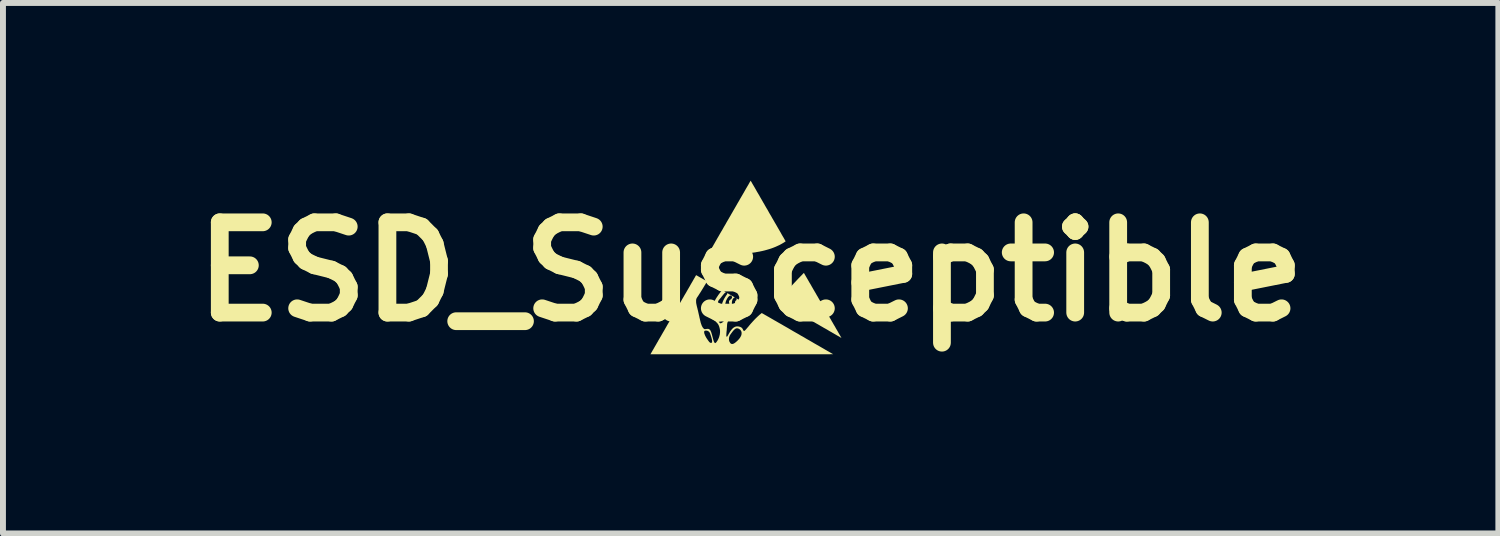
<source format=kicad_pcb>
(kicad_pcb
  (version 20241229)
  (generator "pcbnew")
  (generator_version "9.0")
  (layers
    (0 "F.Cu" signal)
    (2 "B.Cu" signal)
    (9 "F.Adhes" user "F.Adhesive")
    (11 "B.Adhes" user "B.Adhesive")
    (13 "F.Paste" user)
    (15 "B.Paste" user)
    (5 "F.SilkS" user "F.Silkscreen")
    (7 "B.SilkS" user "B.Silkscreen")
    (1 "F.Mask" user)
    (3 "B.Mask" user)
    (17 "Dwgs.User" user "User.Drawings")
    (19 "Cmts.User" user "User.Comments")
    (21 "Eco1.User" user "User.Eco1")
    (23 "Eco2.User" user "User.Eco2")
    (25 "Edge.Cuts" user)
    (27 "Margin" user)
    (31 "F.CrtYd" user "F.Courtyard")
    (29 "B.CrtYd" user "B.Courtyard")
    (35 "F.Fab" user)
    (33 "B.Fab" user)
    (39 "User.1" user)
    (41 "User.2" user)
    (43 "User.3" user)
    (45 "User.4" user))
  (footprint "ESD_Susceptible"
    (layer "F.Cu")
    (at 9.623 1.538)
    (property "Reference" "ESD_Susceptible" (at 0 0 0) (layer "F.SilkS") (effects (font (size 1.524 1.524) (thickness 0.3))))
    (attr board_only exclude_from_pos_files exclude_from_bom)
    (fp_poly (pts (xy 0.9 0.021) (xy 0.901 0.023) (xy 0.903 0.026) (xy 0.906 0.032) (xy 0.91 0.038) (xy 0.914 0.046) (xy 0.919 0.055) (xy 0.925 0.065) (xy 0.932 0.077) (xy 0.939 0.089) (xy 0.947 0.103) (xy 0.956 0.118) (xy 0.965 0.134) (xy 0.975 0.151) (xy 0.985 0.169) (xy 0.996 0.188) (xy 1.008 0.207) (xy 1.02 0.228) (xy 1.032 0.25) (xy 1.045 0.272) (xy 1.058 0.295) (xy 1.072 0.319) (xy 1.086 0.343) (xy 1.101 0.368) (xy 1.115 0.394) (xy 1.131 0.42) (xy 1.146 0.447) (xy 1.162 0.474) (xy 1.178 0.502) (xy 1.194 0.53) (xy 1.211 0.559) (xy 1.216 0.568) (xy 1.233 0.597) (xy 1.249 0.625) (xy 1.265 0.653) (xy 1.281 0.681) (xy 1.297 0.708) (xy 1.312 0.734) (xy 1.327 0.76) (xy 1.341 0.785) (xy 1.356 0.81) (xy 1.369 0.834) (xy 1.383 0.857) (xy 1.396 0.88) (xy 1.408 0.901) (xy 1.421 0.922) (xy 1.432 0.942) (xy 1.443 0.962) (xy 1.454 0.98) (xy 1.464 0.997) (xy 1.473 1.013) (xy 1.482 1.029) (xy 1.49 1.043) (xy 1.498 1.056) (xy 1.504 1.068) (xy 1.511 1.078) (xy 1.516 1.088) (xy 1.521 1.096) (xy 1.525 1.103) (xy 1.528 1.109) (xy 1.53 1.113) (xy 1.532 1.115) (xy 1.533 1.117) (xy 1.533 1.117) (xy 1.533 1.117) (xy 1.533 1.117) (xy 1.532 1.117) (xy 1.53 1.116) (xy 1.526 1.114) (xy 1.521 1.111) (xy 1.515 1.107) (xy 1.507 1.103) (xy 1.498 1.097) (xy 1.488 1.091) (xy 1.476 1.085) (xy 1.464 1.078) (xy 1.45 1.07) (xy 1.435 1.061) (xy 1.419 1.052) (xy 1.402 1.042) (xy 1.384 1.032) (xy 1.366 1.021) (xy 1.346 1.01) (xy 1.325 0.998) (xy 1.304 0.985) (xy 1.282 0.972) (xy 1.259 0.959) (xy 1.235 0.946) (xy 1.21 0.931) (xy 1.185 0.917) (xy 1.16 0.902) (xy 1.134 0.887) (xy 1.107 0.872) (xy 1.08 0.856) (xy 1.052 0.84) (xy 1.024 0.824) (xy 0.995 0.807) (xy 0.991 0.805) (xy 0.962 0.788) (xy 0.934 0.772) (xy 0.906 0.756) (xy 0.879 0.74) (xy 0.852 0.725) (xy 0.826 0.709) (xy 0.8 0.695) (xy 0.775 0.68) (xy 0.751 0.666) (xy 0.727 0.652) (xy 0.704 0.639) (xy 0.681 0.626) (xy 0.66 0.613) (xy 0.639 0.601) (xy 0.619 0.59) (xy 0.6 0.579) (xy 0.582 0.569) (xy 0.565 0.559) (xy 0.549 0.549) (xy 0.534 0.541) (xy 0.52 0.533) (xy 0.507 0.525) (xy 0.496 0.519) (xy 0.485 0.512) (xy 0.476 0.507) (xy 0.468 0.503) (xy 0.461 0.499) (xy 0.456 0.496) (xy 0.452 0.493) (xy 0.45 0.492) (xy 0.449 0.491) (xy 0.449 0.491) (xy 0.449 0.491) (xy 0.451 0.489) (xy 0.454 0.486) (xy 0.457 0.483) (xy 0.462 0.479) (xy 0.466 0.474) (xy 0.472 0.469) (xy 0.472 0.468) (xy 0.479 0.461) (xy 0.486 0.454) (xy 0.494 0.447) (xy 0.501 0.44) (xy 0.509 0.432) (xy 0.517 0.423) (xy 0.526 0.414) (xy 0.535 0.405) (xy 0.545 0.395) (xy 0.555 0.384) (xy 0.566 0.372) (xy 0.578 0.359) (xy 0.591 0.345) (xy 0.605 0.331) (xy 0.619 0.315) (xy 0.635 0.298) (xy 0.64 0.292) (xy 0.654 0.277) (xy 0.666 0.264) (xy 0.678 0.251) (xy 0.689 0.24) (xy 0.699 0.229) (xy 0.708 0.218) (xy 0.717 0.209) (xy 0.726 0.199) (xy 0.734 0.19) (xy 0.743 0.181) (xy 0.751 0.173) (xy 0.759 0.164) (xy 0.766 0.157) (xy 0.775 0.147) (xy 0.785 0.136) (xy 0.795 0.126) (xy 0.805 0.115) (xy 0.815 0.105) (xy 0.825 0.095) (xy 0.834 0.085) (xy 0.843 0.076) (xy 0.852 0.067) (xy 0.86 0.059) (xy 0.868 0.051) (xy 0.874 0.044) (xy 0.881 0.037) (xy 0.886 0.032) (xy 0.891 0.027) (xy 0.894 0.024) (xy 0.897 0.021) (xy 0.899 0.02) (xy 0.899 0.02)) (stroke (width 0) (type solid)) (fill yes) (layer "F.SilkS"))
    (fp_poly (pts (xy 0.000264 -1.537) (xy 0.002 -1.535) (xy 0.004 -1.531) (xy 0.007 -1.526) (xy 0.01 -1.52) (xy 0.015 -1.512) (xy 0.02 -1.504) (xy 0.025 -1.494) (xy 0.032 -1.482) (xy 0.039 -1.47) (xy 0.047 -1.457) (xy 0.055 -1.443) (xy 0.064 -1.428) (xy 0.073 -1.412) (xy 0.083 -1.395) (xy 0.093 -1.377) (xy 0.103 -1.359) (xy 0.114 -1.34) (xy 0.126 -1.32) (xy 0.138 -1.3) (xy 0.15 -1.279) (xy 0.162 -1.257) (xy 0.175 -1.235) (xy 0.188 -1.213) (xy 0.201 -1.19) (xy 0.214 -1.167) (xy 0.228 -1.144) (xy 0.241 -1.12) (xy 0.255 -1.096) (xy 0.269 -1.072) (xy 0.283 -1.049) (xy 0.297 -1.024) (xy 0.31 -1) (xy 0.324 -0.976) (xy 0.338 -0.953) (xy 0.352 -0.929) (xy 0.365 -0.905) (xy 0.379 -0.882) (xy 0.392 -0.859) (xy 0.405 -0.836) (xy 0.418 -0.814) (xy 0.431 -0.792) (xy 0.443 -0.771) (xy 0.455 -0.75) (xy 0.467 -0.729) (xy 0.478 -0.71) (xy 0.489 -0.691) (xy 0.5 -0.672) (xy 0.51 -0.655) (xy 0.519 -0.638) (xy 0.528 -0.622) (xy 0.537 -0.607) (xy 0.545 -0.593) (xy 0.553 -0.58) (xy 0.56 -0.568) (xy 0.566 -0.557) (xy 0.572 -0.547) (xy 0.576 -0.539) (xy 0.581 -0.531) (xy 0.584 -0.525) (xy 0.587 -0.52) (xy 0.589 -0.517) (xy 0.59 -0.515) (xy 0.59 -0.514) (xy 0.59 -0.513) (xy 0.588 -0.512) (xy 0.585 -0.509) (xy 0.58 -0.507) (xy 0.575 -0.503) (xy 0.57 -0.499) (xy 0.563 -0.495) (xy 0.557 -0.491) (xy 0.55 -0.487) (xy 0.547 -0.485) (xy 0.517 -0.468) (xy 0.486 -0.451) (xy 0.453 -0.436) (xy 0.42 -0.421) (xy 0.385 -0.407) (xy 0.35 -0.394) (xy 0.313 -0.382) (xy 0.275 -0.371) (xy 0.235 -0.36) (xy 0.194 -0.35) (xy 0.168 -0.345) (xy 0.157 -0.342) (xy 0.145 -0.34) (xy 0.134 -0.338) (xy 0.122 -0.336) (xy 0.111 -0.334) (xy 0.098 -0.332) (xy 0.086 -0.329) (xy 0.072 -0.327) (xy 0.058 -0.325) (xy 0.043 -0.323) (xy 0.027 -0.32) (xy 0.011 -0.318) (xy -0.007 -0.315) (xy -0.027 -0.313) (xy -0.047 -0.31) (xy -0.069 -0.307) (xy -0.093 -0.304) (xy -0.102 -0.303) (xy -0.125 -0.3) (xy -0.145 -0.297) (xy -0.165 -0.294) (xy -0.183 -0.291) (xy -0.199 -0.289) (xy -0.215 -0.287) (xy -0.229 -0.284) (xy -0.243 -0.282) (xy -0.256 -0.28) (xy -0.268 -0.277) (xy -0.28 -0.275) (xy -0.291 -0.273) (xy -0.302 -0.27) (xy -0.313 -0.268) (xy -0.323 -0.265) (xy -0.349 -0.258) (xy -0.374 -0.251) (xy -0.397 -0.243) (xy -0.418 -0.234) (xy -0.438 -0.224) (xy -0.457 -0.214) (xy -0.474 -0.203) (xy -0.49 -0.192) (xy -0.504 -0.18) (xy -0.517 -0.167) (xy -0.525 -0.158) (xy -0.527 -0.155) (xy -0.531 -0.15) (xy -0.535 -0.145) (xy -0.54 -0.138) (xy -0.545 -0.131) (xy -0.55 -0.124) (xy -0.556 -0.116) (xy -0.561 -0.108) (xy -0.563 -0.106) (xy -0.565 -0.102) (xy -0.567 -0.099) (xy -0.569 -0.097) (xy -0.569 -0.097) (xy -0.57 -0.097) (xy -0.57 -0.097) (xy -0.573 -0.098) (xy -0.576 -0.1) (xy -0.581 -0.103) (xy -0.587 -0.106) (xy -0.594 -0.11) (xy -0.602 -0.115) (xy -0.611 -0.12) (xy -0.62 -0.126) (xy -0.631 -0.132) (xy -0.642 -0.138) (xy -0.653 -0.144) (xy -0.665 -0.151) (xy -0.668 -0.153) (xy -0.68 -0.16) (xy -0.691 -0.167) (xy -0.703 -0.173) (xy -0.713 -0.179) (xy -0.723 -0.185) (xy -0.732 -0.19) (xy -0.74 -0.195) (xy -0.747 -0.199) (xy -0.753 -0.203) (xy -0.758 -0.206) (xy -0.762 -0.208) (xy -0.765 -0.21) (xy -0.766 -0.21) (xy -0.766 -0.21) (xy -0.765 -0.211) (xy -0.764 -0.213) (xy -0.762 -0.217) (xy -0.759 -0.222) (xy -0.756 -0.228) (xy -0.751 -0.236) (xy -0.746 -0.245) (xy -0.74 -0.255) (xy -0.734 -0.267) (xy -0.726 -0.279) (xy -0.719 -0.293) (xy -0.71 -0.307) (xy -0.701 -0.323) (xy -0.692 -0.339) (xy -0.682 -0.357) (xy -0.671 -0.375) (xy -0.66 -0.394) (xy -0.648 -0.415) (xy -0.636 -0.435) (xy -0.624 -0.457) (xy -0.611 -0.479) (xy -0.598 -0.502) (xy -0.585 -0.525) (xy -0.571 -0.549) (xy -0.557 -0.574) (xy -0.542 -0.599) (xy -0.528 -0.624) (xy -0.513 -0.65) (xy -0.498 -0.676) (xy -0.482 -0.702) (xy -0.467 -0.729) (xy -0.452 -0.756) (xy -0.436 -0.783) (xy -0.42 -0.81) (xy -0.405 -0.838) (xy -0.389 -0.865) (xy -0.373 -0.892) (xy -0.357 -0.92) (xy -0.341 -0.947) (xy -0.326 -0.974) (xy -0.31 -1.001) (xy -0.295 -1.028) (xy -0.279 -1.055) (xy -0.264 -1.081) (xy -0.249 -1.107) (xy -0.234 -1.133) (xy -0.22 -1.158) (xy -0.205 -1.183) (xy -0.191 -1.207) (xy -0.178 -1.231) (xy -0.164 -1.254) (xy -0.151 -1.277) (xy -0.138 -1.299) (xy -0.126 -1.32) (xy -0.114 -1.34) (xy -0.103 -1.36) (xy -0.092 -1.379) (xy -0.082 -1.397) (xy -0.072 -1.414) (xy -0.062 -1.431) (xy -0.053 -1.446) (xy -0.045 -1.46) (xy -0.037 -1.473) (xy -0.031 -1.485) (xy -0.024 -1.496) (xy -0.019 -1.506) (xy -0.014 -1.515) (xy -0.009 -1.522) (xy -0.006 -1.528) (xy -0.003 -1.532) (xy -0.001 -1.535) (xy -0.000406 -1.537) (xy -0.000193 -1.538)) (stroke (width 0) (type solid)) (fill yes) (layer "F.SilkS"))
    (fp_poly (pts (xy -0.92 0.058) (xy -0.918 0.059) (xy -0.914 0.061) (xy -0.91 0.063) (xy -0.904 0.066) (xy -0.897 0.07) (xy -0.89 0.074) (xy -0.882 0.079) (xy -0.873 0.084) (xy -0.864 0.089) (xy -0.854 0.095) (xy -0.844 0.101) (xy -0.834 0.106) (xy -0.823 0.112) (xy -0.813 0.118) (xy -0.803 0.124) (xy -0.794 0.129) (xy -0.784 0.135) (xy -0.775 0.14) (xy -0.767 0.145) (xy -0.76 0.149) (xy -0.753 0.153) (xy -0.747 0.156) (xy -0.742 0.159) (xy -0.739 0.161) (xy -0.737 0.162) (xy -0.736 0.163) (xy -0.736 0.164) (xy -0.737 0.166) (xy -0.739 0.169) (xy -0.742 0.174) (xy -0.745 0.179) (xy -0.749 0.186) (xy -0.754 0.193) (xy -0.758 0.201) (xy -0.763 0.209) (xy -0.768 0.218) (xy -0.774 0.227) (xy -0.78 0.236) (xy -0.785 0.246) (xy -0.791 0.255) (xy -0.796 0.264) (xy -0.802 0.273) (xy -0.807 0.281) (xy -0.811 0.289) (xy -0.816 0.296) (xy -0.82 0.302) (xy -0.823 0.308) (xy -0.824 0.309) (xy -0.838 0.332) (xy -0.852 0.354) (xy -0.866 0.375) (xy -0.879 0.396) (xy -0.892 0.416) (xy -0.9 0.427) (xy -0.906 0.436) (xy -0.911 0.444) (xy -0.914 0.452) (xy -0.917 0.46) (xy -0.919 0.468) (xy -0.92 0.472) (xy -0.921 0.476) (xy -0.921 0.481) (xy -0.921 0.487) (xy -0.921 0.494) (xy -0.921 0.501) (xy -0.921 0.508) (xy -0.921 0.515) (xy -0.92 0.522) (xy -0.92 0.527) (xy -0.92 0.527) (xy -0.918 0.537) (xy -0.916 0.547) (xy -0.914 0.558) (xy -0.911 0.571) (xy -0.908 0.585) (xy -0.904 0.599) (xy -0.902 0.609) (xy -0.899 0.619) (xy -0.897 0.628) (xy -0.895 0.637) (xy -0.893 0.646) (xy -0.89 0.655) (xy -0.888 0.664) (xy -0.886 0.673) (xy -0.884 0.684) (xy -0.881 0.694) (xy -0.879 0.706) (xy -0.876 0.718) (xy -0.873 0.732) (xy -0.869 0.747) (xy -0.866 0.764) (xy -0.864 0.773) (xy -0.859 0.793) (xy -0.855 0.811) (xy -0.851 0.828) (xy -0.847 0.843) (xy -0.844 0.857) (xy -0.84 0.87) (xy -0.836 0.882) (xy -0.832 0.892) (xy -0.829 0.902) (xy -0.825 0.911) (xy -0.821 0.919) (xy -0.817 0.927) (xy -0.813 0.934) (xy -0.809 0.94) (xy -0.806 0.945) (xy -0.802 0.95) (xy -0.798 0.954) (xy -0.794 0.958) (xy -0.79 0.962) (xy -0.787 0.965) (xy -0.785 0.966) (xy -0.782 0.967) (xy -0.779 0.968) (xy -0.776 0.969) (xy -0.772 0.969) (xy -0.767 0.969) (xy -0.762 0.968) (xy -0.756 0.967) (xy -0.748 0.966) (xy -0.747 0.966) (xy -0.737 0.964) (xy -0.728 0.964) (xy -0.72 0.964) (xy -0.713 0.965) (xy -0.707 0.967) (xy -0.701 0.97) (xy -0.695 0.974) (xy -0.692 0.976) (xy -0.687 0.981) (xy -0.683 0.986) (xy -0.679 0.993) (xy -0.675 1) (xy -0.674 1.004) (xy -0.671 1.009) (xy -0.669 1.014) (xy -0.667 1.02) (xy -0.664 1.026) (xy -0.662 1.033) (xy -0.66 1.041) (xy -0.657 1.05) (xy -0.654 1.061) (xy -0.651 1.072) (xy -0.648 1.085) (xy -0.644 1.099) (xy -0.644 1.1) (xy -0.64 1.113) (xy -0.637 1.124) (xy -0.635 1.134) (xy -0.632 1.143) (xy -0.63 1.151) (xy -0.628 1.158) (xy -0.626 1.164) (xy -0.624 1.169) (xy -0.623 1.174) (xy -0.621 1.178) (xy -0.619 1.182) (xy -0.617 1.186) (xy -0.613 1.193) (xy -0.609 1.198) (xy -0.605 1.202) (xy -0.601 1.204) (xy -0.597 1.204) (xy -0.595 1.204) (xy -0.592 1.202) (xy -0.588 1.198) (xy -0.583 1.194) (xy -0.578 1.188) (xy -0.573 1.181) (xy -0.568 1.174) (xy -0.562 1.165) (xy -0.557 1.157) (xy -0.552 1.147) (xy -0.547 1.138) (xy -0.546 1.135) (xy -0.367 1.135) (xy -0.366 1.149) (xy -0.364 1.161) (xy -0.361 1.174) (xy -0.355 1.185) (xy -0.353 1.189) (xy -0.348 1.197) (xy -0.343 1.204) (xy -0.338 1.21) (xy -0.332 1.214) (xy -0.328 1.216) (xy -0.322 1.218) (xy -0.315 1.22) (xy -0.308 1.219) (xy -0.3 1.218) (xy -0.295 1.216) (xy -0.286 1.213) (xy -0.276 1.207) (xy -0.266 1.201) (xy -0.255 1.192) (xy -0.243 1.182) (xy -0.23 1.171) (xy -0.217 1.158) (xy -0.216 1.156) (xy -0.206 1.146) (xy -0.197 1.136) (xy -0.19 1.127) (xy -0.183 1.119) (xy -0.178 1.111) (xy -0.173 1.102) (xy -0.168 1.094) (xy -0.166 1.09) (xy -0.16 1.077) (xy -0.156 1.064) (xy -0.154 1.052) (xy -0.153 1.039) (xy -0.153 1.027) (xy -0.155 1.015) (xy -0.158 1.006) (xy -0.163 0.997) (xy -0.168 0.989) (xy -0.174 0.981) (xy -0.182 0.974) (xy -0.188 0.97) (xy -0.198 0.964) (xy -0.207 0.959) (xy -0.216 0.956) (xy -0.217 0.956) (xy -0.221 0.955) (xy -0.227 0.955) (xy -0.233 0.954) (xy -0.238 0.955) (xy -0.242 0.956) (xy -0.249 0.958) (xy -0.257 0.962) (xy -0.264 0.967) (xy -0.272 0.973) (xy -0.28 0.981) (xy -0.289 0.99) (xy -0.298 1) (xy -0.307 1.012) (xy -0.313 1.02) (xy -0.317 1.025) (xy -0.321 1.031) (xy -0.326 1.037) (xy -0.33 1.043) (xy -0.332 1.045) (xy -0.339 1.056) (xy -0.346 1.065) (xy -0.351 1.074) (xy -0.355 1.083) (xy -0.359 1.092) (xy -0.36 1.096) (xy -0.364 1.109) (xy -0.366 1.122) (xy -0.367 1.135) (xy -0.546 1.135) (xy -0.545 1.133) (xy -0.537 1.115) (xy -0.531 1.097) (xy -0.526 1.078) (xy -0.521 1.059) (xy -0.519 1.04) (xy -0.517 1.022) (xy -0.517 1.005) (xy -0.517 0.993) (xy -0.519 0.977) (xy -0.522 0.961) (xy -0.526 0.945) (xy -0.53 0.93) (xy -0.535 0.916) (xy -0.537 0.911) (xy -0.541 0.902) (xy -0.545 0.894) (xy -0.549 0.887) (xy -0.554 0.88) (xy -0.56 0.872) (xy -0.566 0.865) (xy -0.574 0.857) (xy -0.58 0.851) (xy -0.587 0.844) (xy -0.592 0.839) (xy -0.597 0.834) (xy -0.6 0.83) (xy -0.602 0.826) (xy -0.604 0.822) (xy -0.605 0.818) (xy -0.606 0.814) (xy -0.606 0.809) (xy -0.607 0.805) (xy -0.606 0.801) (xy -0.606 0.795) (xy -0.606 0.789) (xy -0.605 0.782) (xy -0.605 0.776) (xy -0.605 0.776) (xy -0.604 0.765) (xy -0.603 0.754) (xy -0.603 0.744) (xy -0.602 0.733) (xy -0.602 0.722) (xy -0.602 0.71) (xy -0.602 0.696) (xy -0.602 0.682) (xy -0.602 0.682) (xy -0.602 0.672) (xy -0.602 0.663) (xy -0.602 0.655) (xy -0.602 0.647) (xy -0.602 0.639) (xy -0.602 0.63) (xy -0.603 0.622) (xy -0.603 0.613) (xy -0.604 0.603) (xy -0.604 0.591) (xy -0.605 0.579) (xy -0.605 0.568) (xy -0.606 0.556) (xy -0.606 0.544) (xy -0.607 0.533) (xy -0.607 0.523) (xy -0.607 0.514) (xy -0.607 0.507) (xy -0.607 0.5) (xy -0.606 0.496) (xy -0.606 0.494) (xy -0.605 0.491) (xy -0.604 0.487) (xy -0.602 0.483) (xy -0.6 0.478) (xy -0.597 0.473) (xy -0.593 0.466) (xy -0.588 0.457) (xy -0.578 0.441) (xy -0.568 0.425) (xy -0.557 0.41) (xy -0.547 0.394) (xy -0.536 0.379) (xy -0.525 0.365) (xy -0.515 0.351) (xy -0.505 0.339) (xy -0.495 0.328) (xy -0.488 0.32) (xy -0.485 0.317) (xy -0.483 0.314) (xy -0.481 0.312) (xy -0.48 0.311) (xy -0.48 0.311) (xy -0.479 0.312) (xy -0.477 0.313) (xy -0.474 0.315) (xy -0.469 0.317) (xy -0.465 0.32) (xy -0.459 0.323) (xy -0.453 0.326) (xy -0.447 0.329) (xy -0.442 0.333) (xy -0.436 0.336) (xy -0.431 0.339) (xy -0.426 0.342) (xy -0.423 0.344) (xy -0.42 0.345) (xy -0.418 0.346) (xy -0.418 0.347) (xy -0.419 0.347) (xy -0.421 0.348) (xy -0.424 0.349) (xy -0.424 0.349) (xy -0.427 0.351) (xy -0.43 0.353) (xy -0.433 0.355) (xy -0.436 0.358) (xy -0.44 0.361) (xy -0.444 0.365) (xy -0.448 0.37) (xy -0.453 0.376) (xy -0.458 0.382) (xy -0.465 0.389) (xy -0.471 0.398) (xy -0.479 0.407) (xy -0.488 0.418) (xy -0.495 0.427) (xy -0.499 0.433) (xy -0.504 0.439) (xy -0.51 0.446) (xy -0.515 0.452) (xy -0.519 0.457) (xy -0.52 0.458) (xy -0.525 0.464) (xy -0.53 0.469) (xy -0.533 0.473) (xy -0.536 0.477) (xy -0.539 0.48) (xy -0.541 0.483) (xy -0.542 0.486) (xy -0.544 0.489) (xy -0.546 0.494) (xy -0.548 0.498) (xy -0.55 0.502) (xy -0.55 0.507) (xy -0.551 0.512) (xy -0.551 0.517) (xy -0.552 0.525) (xy -0.552 0.529) (xy -0.552 0.534) (xy -0.552 0.539) (xy -0.551 0.544) (xy -0.551 0.548) (xy -0.551 0.552) (xy -0.55 0.557) (xy -0.549 0.562) (xy -0.548 0.568) (xy -0.547 0.576) (xy -0.546 0.584) (xy -0.544 0.593) (xy -0.543 0.6) (xy -0.542 0.607) (xy -0.541 0.613) (xy -0.54 0.619) (xy -0.54 0.624) (xy -0.54 0.63) (xy -0.54 0.637) (xy -0.54 0.645) (xy -0.54 0.648) (xy -0.54 0.657) (xy -0.54 0.664) (xy -0.54 0.671) (xy -0.54 0.677) (xy -0.541 0.683) (xy -0.542 0.689) (xy -0.543 0.696) (xy -0.545 0.703) (xy -0.547 0.712) (xy -0.548 0.717) (xy -0.55 0.725) (xy -0.551 0.732) (xy -0.553 0.738) (xy -0.553 0.744) (xy -0.554 0.748) (xy -0.555 0.752) (xy -0.555 0.756) (xy -0.555 0.76) (xy -0.555 0.764) (xy -0.555 0.774) (xy -0.553 0.784) (xy -0.552 0.795) (xy -0.549 0.806) (xy -0.546 0.816) (xy -0.543 0.826) (xy -0.539 0.836) (xy -0.535 0.845) (xy -0.531 0.852) (xy -0.527 0.859) (xy -0.522 0.864) (xy -0.518 0.868) (xy -0.514 0.87) (xy -0.51 0.87) (xy -0.506 0.87) (xy -0.501 0.869) (xy -0.5 0.868) (xy -0.49 0.864) (xy -0.481 0.859) (xy -0.472 0.852) (xy -0.463 0.844) (xy -0.452 0.833) (xy -0.443 0.82) (xy -0.435 0.807) (xy -0.428 0.793) (xy -0.423 0.778) (xy -0.421 0.766) (xy -0.42 0.758) (xy -0.419 0.749) (xy -0.419 0.74) (xy -0.42 0.731) (xy -0.421 0.722) (xy -0.422 0.715) (xy -0.423 0.711) (xy -0.423 0.708) (xy -0.424 0.704) (xy -0.426 0.7) (xy -0.427 0.696) (xy -0.429 0.692) (xy -0.431 0.687) (xy -0.433 0.682) (xy -0.436 0.676) (xy -0.439 0.668) (xy -0.443 0.66) (xy -0.448 0.65) (xy -0.453 0.64) (xy -0.458 0.628) (xy -0.463 0.617) (xy -0.468 0.607) (xy -0.471 0.598) (xy -0.474 0.59) (xy -0.477 0.583) (xy -0.478 0.577) (xy -0.48 0.57) (xy -0.481 0.564) (xy -0.481 0.561) (xy -0.429 0.561) (xy -0.429 0.567) (xy -0.429 0.575) (xy -0.429 0.581) (xy -0.429 0.587) (xy -0.429 0.591) (xy -0.428 0.595) (xy -0.428 0.599) (xy -0.427 0.603) (xy -0.427 0.603) (xy -0.425 0.616) (xy -0.422 0.629) (xy -0.418 0.642) (xy -0.414 0.654) (xy -0.41 0.665) (xy -0.405 0.675) (xy -0.4 0.684) (xy -0.395 0.692) (xy -0.39 0.699) (xy -0.384 0.704) (xy -0.379 0.708) (xy -0.374 0.711) (xy -0.372 0.711) (xy -0.37 0.711) (xy -0.368 0.711) (xy -0.367 0.71) (xy -0.363 0.708) (xy -0.358 0.704) (xy -0.355 0.699) (xy -0.351 0.693) (xy -0.348 0.685) (xy -0.346 0.678) (xy -0.343 0.664) (xy -0.342 0.649) (xy -0.342 0.633) (xy -0.343 0.617) (xy -0.346 0.599) (xy -0.349 0.581) (xy -0.351 0.574) (xy -0.355 0.561) (xy -0.358 0.55) (xy -0.36 0.54) (xy -0.362 0.531) (xy -0.364 0.524) (xy -0.365 0.517) (xy -0.366 0.512) (xy -0.366 0.507) (xy -0.366 0.503) (xy -0.366 0.499) (xy -0.365 0.496) (xy -0.364 0.493) (xy -0.363 0.491) (xy -0.362 0.489) (xy -0.361 0.487) (xy -0.359 0.485) (xy -0.356 0.482) (xy -0.352 0.479) (xy -0.35 0.478) (xy -0.344 0.472) (xy -0.338 0.467) (xy -0.332 0.462) (xy -0.327 0.456) (xy -0.322 0.452) (xy -0.319 0.448) (xy -0.318 0.446) (xy -0.315 0.44) (xy -0.314 0.434) (xy -0.313 0.429) (xy -0.315 0.423) (xy -0.318 0.417) (xy -0.322 0.411) (xy -0.326 0.407) (xy -0.33 0.404) (xy -0.335 0.402) (xy -0.34 0.401) (xy -0.341 0.401) (xy -0.347 0.402) (xy -0.353 0.405) (xy -0.359 0.409) (xy -0.366 0.414) (xy -0.373 0.421) (xy -0.38 0.428) (xy -0.386 0.437) (xy -0.393 0.447) (xy -0.399 0.458) (xy -0.405 0.469) (xy -0.411 0.481) (xy -0.416 0.494) (xy -0.42 0.505) (xy -0.421 0.511) (xy -0.423 0.518) (xy -0.425 0.525) (xy -0.426 0.531) (xy -0.426 0.531) (xy -0.427 0.535) (xy -0.428 0.538) (xy -0.428 0.541) (xy -0.429 0.544) (xy -0.429 0.547) (xy -0.429 0.551) (xy -0.429 0.556) (xy -0.429 0.561) (xy -0.481 0.561) (xy -0.481 0.558) (xy -0.481 0.552) (xy -0.481 0.552) (xy -0.481 0.545) (xy -0.48 0.537) (xy -0.479 0.53) (xy -0.477 0.522) (xy -0.474 0.514) (xy -0.47 0.504) (xy -0.466 0.494) (xy -0.466 0.493) (xy -0.457 0.475) (xy -0.449 0.459) (xy -0.44 0.443) (xy -0.431 0.428) (xy -0.421 0.412) (xy -0.41 0.396) (xy -0.409 0.395) (xy -0.406 0.391) (xy -0.403 0.386) (xy -0.4 0.382) (xy -0.399 0.379) (xy -0.398 0.378) (xy -0.396 0.372) (xy -0.395 0.367) (xy -0.396 0.363) (xy -0.397 0.361) (xy -0.398 0.359) (xy -0.398 0.358) (xy -0.398 0.358) (xy -0.397 0.359) (xy -0.395 0.36) (xy -0.391 0.362) (xy -0.387 0.365) (xy -0.381 0.368) (xy -0.374 0.372) (xy -0.367 0.376) (xy -0.359 0.381) (xy -0.35 0.386) (xy -0.34 0.391) (xy -0.332 0.396) (xy -0.266 0.434) (xy -0.272 0.436) (xy -0.279 0.438) (xy -0.286 0.443) (xy -0.292 0.449) (xy -0.298 0.456) (xy -0.303 0.464) (xy -0.308 0.474) (xy -0.311 0.485) (xy -0.314 0.496) (xy -0.316 0.509) (xy -0.317 0.523) (xy -0.317 0.532) (xy -0.317 0.546) (xy -0.316 0.56) (xy -0.313 0.573) (xy -0.31 0.585) (xy -0.307 0.596) (xy -0.303 0.605) (xy -0.3 0.609) (xy -0.297 0.614) (xy -0.293 0.618) (xy -0.289 0.621) (xy -0.286 0.622) (xy -0.285 0.623) (xy -0.281 0.623) (xy -0.276 0.622) (xy -0.271 0.62) (xy -0.266 0.617) (xy -0.261 0.614) (xy -0.256 0.609) (xy -0.252 0.603) (xy -0.248 0.597) (xy -0.246 0.59) (xy -0.245 0.582) (xy -0.245 0.578) (xy -0.245 0.571) (xy -0.246 0.566) (xy -0.248 0.561) (xy -0.251 0.556) (xy -0.255 0.55) (xy -0.255 0.55) (xy -0.258 0.544) (xy -0.261 0.539) (xy -0.263 0.532) (xy -0.264 0.526) (xy -0.264 0.518) (xy -0.263 0.51) (xy -0.262 0.503) (xy -0.259 0.497) (xy -0.256 0.492) (xy -0.255 0.491) (xy -0.253 0.49) (xy -0.251 0.487) (xy -0.247 0.484) (xy -0.246 0.483) (xy -0.242 0.48) (xy -0.24 0.477) (xy -0.238 0.474) (xy -0.238 0.47) (xy -0.238 0.466) (xy -0.238 0.465) (xy -0.238 0.461) (xy -0.239 0.457) (xy -0.24 0.454) (xy -0.241 0.451) (xy -0.241 0.449) (xy -0.241 0.449) (xy -0.24 0.449) (xy -0.237 0.451) (xy -0.234 0.453) (xy -0.229 0.455) (xy -0.224 0.459) (xy -0.218 0.462) (xy -0.211 0.466) (xy -0.203 0.47) (xy -0.195 0.475) (xy -0.187 0.48) (xy -0.179 0.484) (xy -0.171 0.489) (xy -0.163 0.494) (xy -0.155 0.498) (xy -0.148 0.502) (xy -0.142 0.506) (xy -0.136 0.51) (xy -0.131 0.512) (xy -0.127 0.515) (xy -0.124 0.516) (xy -0.123 0.517) (xy -0.123 0.517) (xy -0.123 0.519) (xy -0.124 0.521) (xy -0.126 0.524) (xy -0.129 0.528) (xy -0.131 0.532) (xy -0.134 0.536) (xy -0.135 0.537) (xy -0.139 0.542) (xy -0.143 0.548) (xy -0.148 0.554) (xy -0.153 0.56) (xy -0.16 0.567) (xy -0.167 0.575) (xy -0.175 0.583) (xy -0.183 0.593) (xy -0.193 0.603) (xy -0.204 0.615) (xy -0.205 0.615) (xy -0.218 0.629) (xy -0.23 0.641) (xy -0.241 0.652) (xy -0.251 0.662) (xy -0.26 0.671) (xy -0.268 0.68) (xy -0.275 0.688) (xy -0.282 0.695) (xy -0.288 0.701) (xy -0.293 0.708) (xy -0.299 0.713) (xy -0.303 0.719) (xy -0.308 0.724) (xy -0.313 0.729) (xy -0.317 0.734) (xy -0.321 0.74) (xy -0.326 0.745) (xy -0.326 0.745) (xy -0.34 0.764) (xy -0.353 0.782) (xy -0.364 0.799) (xy -0.374 0.816) (xy -0.381 0.832) (xy -0.388 0.848) (xy -0.393 0.863) (xy -0.393 0.866) (xy -0.395 0.87) (xy -0.395 0.874) (xy -0.396 0.878) (xy -0.397 0.882) (xy -0.397 0.887) (xy -0.398 0.892) (xy -0.398 0.899) (xy -0.399 0.907) (xy -0.399 0.907) (xy -0.399 0.917) (xy -0.4 0.926) (xy -0.401 0.934) (xy -0.401 0.943) (xy -0.402 0.952) (xy -0.403 0.961) (xy -0.403 0.971) (xy -0.404 0.982) (xy -0.405 0.994) (xy -0.407 1.008) (xy -0.408 1.022) (xy -0.409 1.035) (xy -0.41 1.047) (xy -0.41 1.057) (xy -0.411 1.065) (xy -0.411 1.072) (xy -0.411 1.078) (xy -0.411 1.083) (xy -0.41 1.087) (xy -0.409 1.09) (xy -0.409 1.09) (xy -0.407 1.094) (xy -0.405 1.096) (xy -0.402 1.097) (xy -0.399 1.095) (xy -0.398 1.095) (xy -0.396 1.093) (xy -0.394 1.09) (xy -0.391 1.086) (xy -0.388 1.08) (xy -0.383 1.073) (xy -0.379 1.065) (xy -0.376 1.06) (xy -0.369 1.047) (xy -0.362 1.036) (xy -0.356 1.026) (xy -0.351 1.017) (xy -0.346 1.009) (xy -0.341 1.001) (xy -0.336 0.995) (xy -0.332 0.99) (xy -0.321 0.975) (xy -0.309 0.962) (xy -0.298 0.951) (xy -0.286 0.942) (xy -0.274 0.935) (xy -0.262 0.929) (xy -0.25 0.925) (xy -0.247 0.924) (xy -0.243 0.923) (xy -0.241 0.923) (xy -0.237 0.923) (xy -0.233 0.922) (xy -0.228 0.922) (xy -0.227 0.922) (xy -0.211 0.923) (xy -0.197 0.925) (xy -0.183 0.929) (xy -0.17 0.934) (xy -0.168 0.935) (xy -0.158 0.941) (xy -0.149 0.947) (xy -0.142 0.955) (xy -0.136 0.964) (xy -0.132 0.971) (xy -0.129 0.979) (xy -0.126 0.985) (xy -0.123 0.989) (xy -0.121 0.993) (xy -0.119 0.996) (xy -0.117 0.997) (xy -0.116 0.998) (xy -0.114 0.999) (xy -0.112 0.999) (xy -0.111 0.999) (xy -0.109 0.999) (xy -0.107 0.998) (xy -0.105 0.997) (xy -0.102 0.996) (xy -0.099 0.994) (xy -0.096 0.991) (xy -0.092 0.987) (xy -0.088 0.983) (xy -0.083 0.977) (xy -0.077 0.971) (xy -0.071 0.964) (xy -0.064 0.955) (xy -0.055 0.945) (xy -0.046 0.934) (xy -0.045 0.934) (xy -0.029 0.914) (xy -0.013 0.895) (xy 0.002 0.877) (xy 0.017 0.861) (xy 0.031 0.845) (xy 0.044 0.831) (xy 0.057 0.817) (xy 0.069 0.804) (xy 0.082 0.791) (xy 0.094 0.779) (xy 0.106 0.768) (xy 0.118 0.756) (xy 0.13 0.745) (xy 0.138 0.738) (xy 0.142 0.734) (xy 0.147 0.73) (xy 0.152 0.725) (xy 0.158 0.721) (xy 0.163 0.716) (xy 0.169 0.712) (xy 0.173 0.708) (xy 0.178 0.704) (xy 0.182 0.701) (xy 0.184 0.699) (xy 0.186 0.698) (xy 0.187 0.697) (xy 0.187 0.697) (xy 0.188 0.698) (xy 0.189 0.698) (xy 0.19 0.699) (xy 0.192 0.7) (xy 0.195 0.701) (xy 0.198 0.703) (xy 0.202 0.705) (xy 0.206 0.708) (xy 0.211 0.71) (xy 0.216 0.713) (xy 0.222 0.717) (xy 0.229 0.721) (xy 0.237 0.725) (xy 0.245 0.73) (xy 0.254 0.735) (xy 0.265 0.741) (xy 0.275 0.747) (xy 0.287 0.754) (xy 0.3 0.761) (xy 0.313 0.769) (xy 0.328 0.777) (xy 0.343 0.786) (xy 0.36 0.796) (xy 0.378 0.806) (xy 0.396 0.817) (xy 0.416 0.828) (xy 0.437 0.84) (xy 0.459 0.853) (xy 0.482 0.866) (xy 0.507 0.88) (xy 0.533 0.895) (xy 0.56 0.911) (xy 0.588 0.927) (xy 0.618 0.944) (xy 0.649 0.962) (xy 0.681 0.981) (xy 0.715 1.001) (xy 0.75 1.021) (xy 0.787 1.042) (xy 0.789 1.043) (xy 0.819 1.06) (xy 0.848 1.078) (xy 0.878 1.094) (xy 0.907 1.111) (xy 0.935 1.128) (xy 0.963 1.144) (xy 0.99 1.159) (xy 1.017 1.175) (xy 1.043 1.19) (xy 1.068 1.205) (xy 1.093 1.219) (xy 1.117 1.233) (xy 1.141 1.246) (xy 1.163 1.259) (xy 1.185 1.272) (xy 1.206 1.284) (xy 1.225 1.295) (xy 1.244 1.306) (xy 1.262 1.317) (xy 1.279 1.326) (xy 1.295 1.336) (xy 1.31 1.344) (xy 1.324 1.352) (xy 1.336 1.359) (xy 1.348 1.366) (xy 1.358 1.372) (xy 1.367 1.377) (xy 1.374 1.381) (xy 1.381 1.385) (xy 1.386 1.388) (xy 1.389 1.39) (xy 1.391 1.391) (xy 1.392 1.391) (xy 1.392 1.391) (xy 1.392 1.392) (xy 1.392 1.392) (xy 1.392 1.392) (xy 1.391 1.392) (xy 1.391 1.392) (xy 1.39 1.392) (xy 1.389 1.392) (xy 1.388 1.392) (xy 1.387 1.392) (xy 1.386 1.392) (xy 1.384 1.392) (xy 1.382 1.392) (xy 1.379 1.392) (xy 1.376 1.392) (xy 1.373 1.392) (xy 1.369 1.392) (xy 1.365 1.392) (xy 1.36 1.392) (xy 1.355 1.392) (xy 1.35 1.392) (xy 1.344 1.392) (xy 1.337 1.393) (xy 1.33 1.393) (xy 1.322 1.393) (xy 1.313 1.393) (xy 1.304 1.393) (xy 1.294 1.393) (xy 1.284 1.393) (xy 1.273 1.393) (xy 1.261 1.393) (xy 1.248 1.393) (xy 1.234 1.393) (xy 1.22 1.393) (xy 1.205 1.393) (xy 1.189 1.393) (xy 1.172 1.393) (xy 1.154 1.393) (xy 1.135 1.393) (xy 1.115 1.393) (xy 1.094 1.393) (xy 1.073 1.393) (xy 1.05 1.393) (xy 1.026 1.393) (xy 1.001 1.393) (xy 0.975 1.393) (xy 0.948 1.393) (xy 0.919 1.393) (xy 0.89 1.393) (xy 0.859 1.393) (xy 0.827 1.393) (xy 0.794 1.393) (xy 0.76 1.393) (xy 0.724 1.393) (xy 0.687 1.393) (xy 0.649 1.393) (xy 0.609 1.393) (xy 0.568 1.393) (xy 0.525 1.393) (xy 0.481 1.393) (xy 0.436 1.393) (xy 0.389 1.393) (xy 0.34 1.393) (xy 0.29 1.393) (xy 0.239 1.393) (xy 0.185 1.393) (xy 0.131 1.393) (xy 0.074 1.393) (xy 0.016 1.393) (xy -0.043 1.393) (xy -0.105 1.393) (xy -0.149 1.393) (xy -1.692 1.393) (xy -1.691 1.391) (xy -1.691 1.39) (xy -1.689 1.388) (xy -1.687 1.384) (xy -1.684 1.379) (xy -1.68 1.373) (xy -1.676 1.365) (xy -1.671 1.356) (xy -1.664 1.345) (xy -1.658 1.333) (xy -1.65 1.321) (xy -1.642 1.307) (xy -1.633 1.291) (xy -1.624 1.275) (xy -1.614 1.258) (xy -1.603 1.239) (xy -1.592 1.22) (xy -1.581 1.2) (xy -1.568 1.179) (xy -1.556 1.156) (xy -1.542 1.133) (xy -1.529 1.11) (xy -1.514 1.085) (xy -1.5 1.06) (xy -1.485 1.034) (xy -1.476 1.018) (xy -0.785 1.018) (xy -0.785 1.027) (xy -0.783 1.038) (xy -0.78 1.049) (xy -0.775 1.061) (xy -0.77 1.074) (xy -0.764 1.087) (xy -0.756 1.101) (xy -0.748 1.116) (xy -0.738 1.131) (xy -0.735 1.136) (xy -0.726 1.148) (xy -0.719 1.159) (xy -0.712 1.168) (xy -0.706 1.176) (xy -0.701 1.183) (xy -0.696 1.188) (xy -0.691 1.192) (xy -0.687 1.195) (xy -0.686 1.196) (xy -0.681 1.199) (xy -0.676 1.2) (xy -0.672 1.2) (xy -0.671 1.2) (xy -0.669 1.2) (xy -0.666 1.2) (xy -0.664 1.2) (xy -0.661 1.199) (xy -0.658 1.198) (xy -0.656 1.197) (xy -0.656 1.196) (xy -0.654 1.193) (xy -0.652 1.189) (xy -0.651 1.183) (xy -0.65 1.177) (xy -0.651 1.169) (xy -0.652 1.16) (xy -0.653 1.15) (xy -0.656 1.138) (xy -0.659 1.125) (xy -0.663 1.11) (xy -0.668 1.094) (xy -0.67 1.089) (xy -0.673 1.077) (xy -0.677 1.066) (xy -0.68 1.057) (xy -0.683 1.049) (xy -0.685 1.042) (xy -0.688 1.036) (xy -0.69 1.031) (xy -0.693 1.026) (xy -0.695 1.023) (xy -0.698 1.019) (xy -0.701 1.016) (xy -0.703 1.013) (xy -0.711 1.007) (xy -0.72 1.001) (xy -0.729 0.997) (xy -0.739 0.995) (xy -0.749 0.993) (xy -0.759 0.993) (xy -0.769 0.995) (xy -0.774 0.997) (xy -0.778 0.998) (xy -0.781 1.001) (xy -0.783 1.004) (xy -0.784 1.008) (xy -0.785 1.013) (xy -0.785 1.018) (xy -1.476 1.018) (xy -1.469 1.007) (xy -1.453 0.979) (xy -1.437 0.951) (xy -1.421 0.923) (xy -1.404 0.893) (xy -1.387 0.864) (xy -1.369 0.834) (xy -1.351 0.803) (xy -1.334 0.772) (xy -1.315 0.74) (xy -1.306 0.724) (xy -1.287 0.692) (xy -1.269 0.661) (xy -1.252 0.63) (xy -1.234 0.599) (xy -1.217 0.569) (xy -1.2 0.54) (xy -1.183 0.511) (xy -1.167 0.483) (xy -1.151 0.455) (xy -1.135 0.428) (xy -1.12 0.401) (xy -1.105 0.376) (xy -1.09 0.351) (xy -1.076 0.326) (xy -1.063 0.303) (xy -1.05 0.281) (xy -1.037 0.259) (xy -1.025 0.238) (xy -1.014 0.218) (xy -1.003 0.199) (xy -0.993 0.182) (xy -0.983 0.165) (xy -0.974 0.149) (xy -0.966 0.135) (xy -0.958 0.121) (xy -0.951 0.109) (xy -0.944 0.098) (xy -0.939 0.088) (xy -0.934 0.079) (xy -0.93 0.072) (xy -0.926 0.066) (xy -0.924 0.062) (xy -0.922 0.059) (xy -0.921 0.057) (xy -0.921 0.057)) (stroke (width 0) (type solid)) (fill yes) (layer "F.SilkS")))
  (gr_rect
    (start -3 -3)
    (end 22.246 5.956)
    (stroke (width 0.1) (type default))
    (fill no)
    (layer "Edge.Cuts")))
</source>
